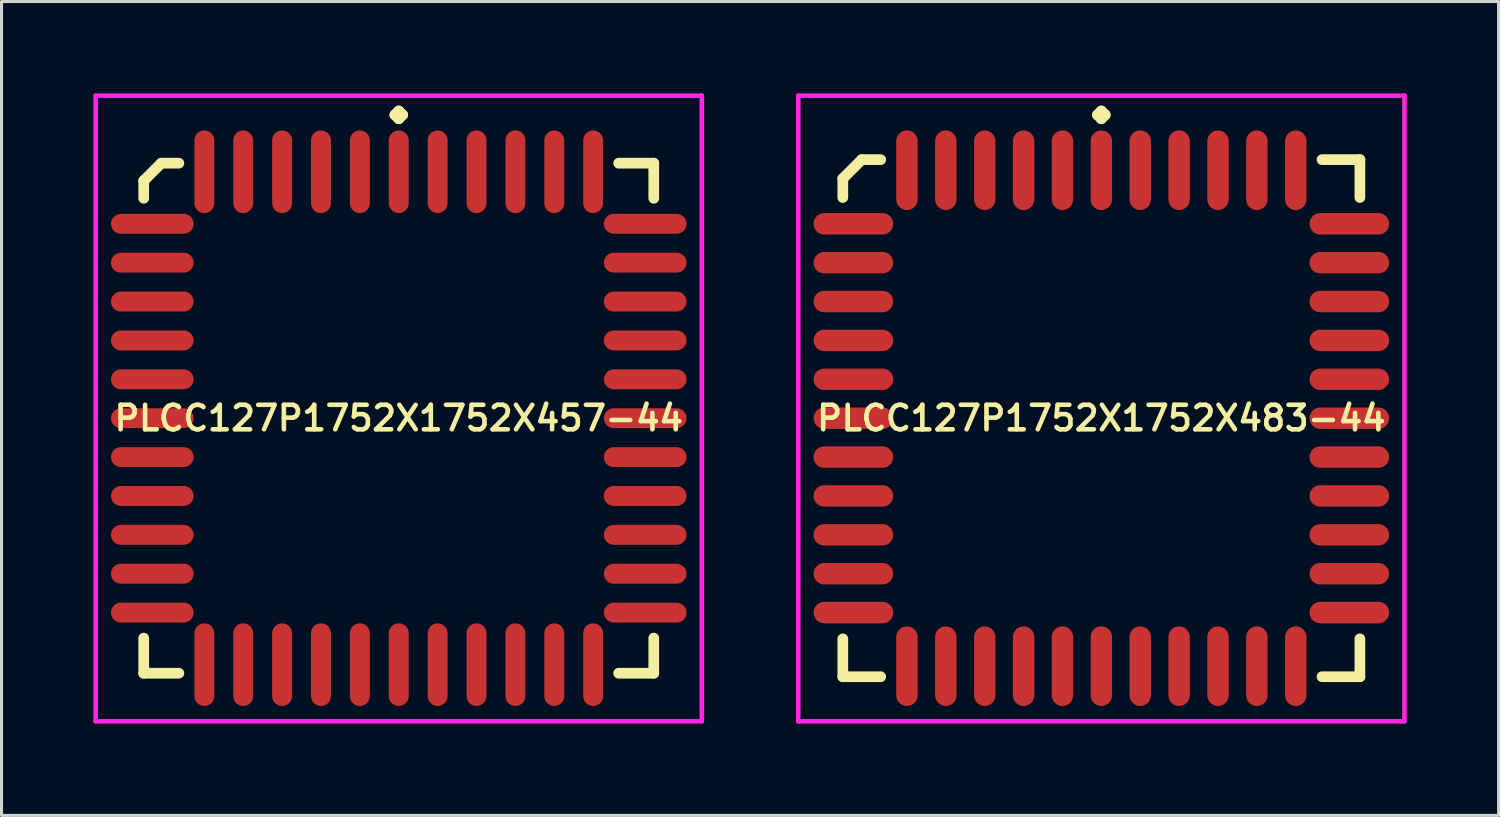
<source format=kicad_pcb>
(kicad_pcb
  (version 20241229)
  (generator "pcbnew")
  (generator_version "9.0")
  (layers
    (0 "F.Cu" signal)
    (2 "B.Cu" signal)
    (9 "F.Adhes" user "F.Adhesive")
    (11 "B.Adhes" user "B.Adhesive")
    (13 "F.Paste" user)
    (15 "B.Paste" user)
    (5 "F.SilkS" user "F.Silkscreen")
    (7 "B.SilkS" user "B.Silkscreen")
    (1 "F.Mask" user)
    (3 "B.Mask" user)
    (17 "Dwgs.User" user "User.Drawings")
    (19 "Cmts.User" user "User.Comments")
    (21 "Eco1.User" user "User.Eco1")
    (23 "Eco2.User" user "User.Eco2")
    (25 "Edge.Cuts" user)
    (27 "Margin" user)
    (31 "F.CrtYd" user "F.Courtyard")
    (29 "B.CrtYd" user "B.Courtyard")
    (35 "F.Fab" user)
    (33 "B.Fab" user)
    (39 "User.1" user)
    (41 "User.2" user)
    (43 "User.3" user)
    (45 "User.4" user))
  (footprint "PLCC127P1752X1752X483-44"
    (layer "F.Cu")
    (at 32.925 10.61)
    (property "Reference" "PLCC127P1752X1752X483-44" (at 0 0 0) (layer "F.SilkS") (effects (font (size 0.8 0.8) (thickness 0.15))))
    (attr through_hole)
    (fp_line (start -8.445 -7.827) (end -7.827 -8.445) (stroke (width 0.35) (type solid)) (layer "F.SilkS"))
    (fp_line (start -8.445 -7.208) (end -8.445 -7.827) (stroke (width 0.35) (type solid)) (layer "F.SilkS"))
    (fp_line (start -8.445 7.208) (end -8.445 8.445) (stroke (width 0.35) (type solid)) (layer "F.SilkS"))
    (fp_line (start -8.445 8.445) (end -7.208 8.445) (stroke (width 0.35) (type solid)) (layer "F.SilkS"))
    (fp_line (start -7.827 -8.445) (end -7.208 -8.445) (stroke (width 0.35) (type solid)) (layer "F.SilkS"))
    (fp_line (start -0.127 -9.908) (end 0 -10.035) (stroke (width 0.35) (type solid)) (layer "F.SilkS"))
    (fp_line (start 0 -10.035) (end 0.127 -9.908) (stroke (width 0.35) (type solid)) (layer "F.SilkS"))
    (fp_line (start 0 -9.781) (end -0.127 -9.908) (stroke (width 0.35) (type solid)) (layer "F.SilkS"))
    (fp_line (start 0.127 -9.908) (end 0 -9.781) (stroke (width 0.35) (type solid)) (layer "F.SilkS"))
    (fp_line (start 8.445 -8.445) (end 7.208 -8.445) (stroke (width 0.35) (type solid)) (layer "F.SilkS"))
    (fp_line (start 8.445 -7.208) (end 8.445 -8.445) (stroke (width 0.35) (type solid)) (layer "F.SilkS"))
    (fp_line (start 8.445 7.208) (end 8.445 8.445) (stroke (width 0.35) (type solid)) (layer "F.SilkS"))
    (fp_line (start 8.445 8.445) (end 7.208 8.445) (stroke (width 0.35) (type solid)) (layer "F.SilkS"))
    (fp_line (start -9.9 -10.535) (end 9.9 -10.535) (stroke (width 0.15) (type solid)) (layer "F.CrtYd"))
    (fp_line (start -9.9 9.9) (end -9.9 -10.535) (stroke (width 0.15) (type solid)) (layer "F.CrtYd"))
    (fp_line (start 9.9 -10.535) (end 9.9 9.9) (stroke (width 0.15) (type solid)) (layer "F.CrtYd"))
    (fp_line (start 9.9 9.9) (end -9.9 9.9) (stroke (width 0.15) (type solid)) (layer "F.CrtYd"))
    (pad "1" smd oval (at 0 -8.1) (size 0.7 2.6) (layers "F.Cu" "F.Mask" "F.Paste"))
    (pad "2" smd oval (at -1.27 -8.1) (size 0.7 2.6) (layers "F.Cu" "F.Mask" "F.Paste"))
    (pad "3" smd oval (at -2.54 -8.1) (size 0.7 2.6) (layers "F.Cu" "F.Mask" "F.Paste"))
    (pad "4" smd oval (at -3.81 -8.1) (size 0.7 2.6) (layers "F.Cu" "F.Mask" "F.Paste"))
    (pad "5" smd oval (at -5.08 -8.1) (size 0.7 2.6) (layers "F.Cu" "F.Mask" "F.Paste"))
    (pad "6" smd oval (at -6.35 -8.1) (size 0.7 2.6) (layers "F.Cu" "F.Mask" "F.Paste"))
    (pad "7" smd oval (at -8.1 -6.35) (size 2.6 0.7) (layers "F.Cu" "F.Mask" "F.Paste"))
    (pad "8" smd oval (at -8.1 -5.08) (size 2.6 0.7) (layers "F.Cu" "F.Mask" "F.Paste"))
    (pad "9" smd oval (at -8.1 -3.81) (size 2.6 0.7) (layers "F.Cu" "F.Mask" "F.Paste"))
    (pad "10" smd oval (at -8.1 -2.54) (size 2.6 0.7) (layers "F.Cu" "F.Mask" "F.Paste"))
    (pad "11" smd oval (at -8.1 -1.27) (size 2.6 0.7) (layers "F.Cu" "F.Mask" "F.Paste"))
    (pad "12" smd oval (at -8.1 0) (size 2.6 0.7) (layers "F.Cu" "F.Mask" "F.Paste"))
    (pad "13" smd oval (at -8.1 1.27) (size 2.6 0.7) (layers "F.Cu" "F.Mask" "F.Paste"))
    (pad "14" smd oval (at -8.1 2.54) (size 2.6 0.7) (layers "F.Cu" "F.Mask" "F.Paste"))
    (pad "15" smd oval (at -8.1 3.81) (size 2.6 0.7) (layers "F.Cu" "F.Mask" "F.Paste"))
    (pad "16" smd oval (at -8.1 5.08) (size 2.6 0.7) (layers "F.Cu" "F.Mask" "F.Paste"))
    (pad "17" smd oval (at -8.1 6.35) (size 2.6 0.7) (layers "F.Cu" "F.Mask" "F.Paste"))
    (pad "18" smd oval (at -6.35 8.1) (size 0.7 2.6) (layers "F.Cu" "F.Mask" "F.Paste"))
    (pad "19" smd oval (at -5.08 8.1) (size 0.7 2.6) (layers "F.Cu" "F.Mask" "F.Paste"))
    (pad "20" smd oval (at -3.81 8.1) (size 0.7 2.6) (layers "F.Cu" "F.Mask" "F.Paste"))
    (pad "21" smd oval (at -2.54 8.1) (size 0.7 2.6) (layers "F.Cu" "F.Mask" "F.Paste"))
    (pad "22" smd oval (at -1.27 8.1) (size 0.7 2.6) (layers "F.Cu" "F.Mask" "F.Paste"))
    (pad "23" smd oval (at 0 8.1) (size 0.7 2.6) (layers "F.Cu" "F.Mask" "F.Paste"))
    (pad "24" smd oval (at 1.27 8.1) (size 0.7 2.6) (layers "F.Cu" "F.Mask" "F.Paste"))
    (pad "25" smd oval (at 2.54 8.1) (size 0.7 2.6) (layers "F.Cu" "F.Mask" "F.Paste"))
    (pad "26" smd oval (at 3.81 8.1) (size 0.7 2.6) (layers "F.Cu" "F.Mask" "F.Paste"))
    (pad "27" smd oval (at 5.08 8.1) (size 0.7 2.6) (layers "F.Cu" "F.Mask" "F.Paste"))
    (pad "28" smd oval (at 6.35 8.1) (size 0.7 2.6) (layers "F.Cu" "F.Mask" "F.Paste"))
    (pad "29" smd oval (at 8.1 6.35) (size 2.6 0.7) (layers "F.Cu" "F.Mask" "F.Paste"))
    (pad "30" smd oval (at 8.1 5.08) (size 2.6 0.7) (layers "F.Cu" "F.Mask" "F.Paste"))
    (pad "31" smd oval (at 8.1 3.81) (size 2.6 0.7) (layers "F.Cu" "F.Mask" "F.Paste"))
    (pad "32" smd oval (at 8.1 2.54) (size 2.6 0.7) (layers "F.Cu" "F.Mask" "F.Paste"))
    (pad "33" smd oval (at 8.1 1.27) (size 2.6 0.7) (layers "F.Cu" "F.Mask" "F.Paste"))
    (pad "34" smd oval (at 8.1 0) (size 2.6 0.7) (layers "F.Cu" "F.Mask" "F.Paste"))
    (pad "35" smd oval (at 8.1 -1.27) (size 2.6 0.7) (layers "F.Cu" "F.Mask" "F.Paste"))
    (pad "36" smd oval (at 8.1 -2.54) (size 2.6 0.7) (layers "F.Cu" "F.Mask" "F.Paste"))
    (pad "37" smd oval (at 8.1 -3.81) (size 2.6 0.7) (layers "F.Cu" "F.Mask" "F.Paste"))
    (pad "38" smd oval (at 8.1 -5.08) (size 2.6 0.7) (layers "F.Cu" "F.Mask" "F.Paste"))
    (pad "39" smd oval (at 8.1 -6.35) (size 2.6 0.7) (layers "F.Cu" "F.Mask" "F.Paste"))
    (pad "40" smd oval (at 6.35 -8.1) (size 0.7 2.6) (layers "F.Cu" "F.Mask" "F.Paste"))
    (pad "41" smd oval (at 5.08 -8.1) (size 0.7 2.6) (layers "F.Cu" "F.Mask" "F.Paste"))
    (pad "42" smd oval (at 3.81 -8.1) (size 0.7 2.6) (layers "F.Cu" "F.Mask" "F.Paste"))
    (pad "43" smd oval (at 2.54 -8.1) (size 0.7 2.6) (layers "F.Cu" "F.Mask" "F.Paste"))
    (pad "44" smd oval (at 1.27 -8.1) (size 0.7 2.6) (layers "F.Cu" "F.Mask" "F.Paste")))
  (footprint "PLCC127P1752X1752X457-44"
    (layer "F.Cu")
    (at 9.975 10.61)
    (property "Reference" "PLCC127P1752X1752X457-44" (at 0 0 0) (layer "F.SilkS") (effects (font (size 0.8 0.8) (thickness 0.15))))
    (attr through_hole)
    (fp_line (start -8.33 -7.756) (end -7.756 -8.33) (stroke (width 0.35) (type solid)) (layer "F.SilkS"))
    (fp_line (start -8.33 -7.183) (end -8.33 -7.756) (stroke (width 0.35) (type solid)) (layer "F.SilkS"))
    (fp_line (start -8.33 7.183) (end -8.33 8.33) (stroke (width 0.35) (type solid)) (layer "F.SilkS"))
    (fp_line (start -8.33 8.33) (end -7.183 8.33) (stroke (width 0.35) (type solid)) (layer "F.SilkS"))
    (fp_line (start -7.756 -8.33) (end -7.183 -8.33) (stroke (width 0.35) (type solid)) (layer "F.SilkS"))
    (fp_line (start -0.127 -9.908) (end 0 -10.035) (stroke (width 0.35) (type solid)) (layer "F.SilkS"))
    (fp_line (start 0 -10.035) (end 0.127 -9.908) (stroke (width 0.35) (type solid)) (layer "F.SilkS"))
    (fp_line (start 0 -9.781) (end -0.127 -9.908) (stroke (width 0.35) (type solid)) (layer "F.SilkS"))
    (fp_line (start 0.127 -9.908) (end 0 -9.781) (stroke (width 0.35) (type solid)) (layer "F.SilkS"))
    (fp_line (start 8.33 -8.33) (end 7.183 -8.33) (stroke (width 0.35) (type solid)) (layer "F.SilkS"))
    (fp_line (start 8.33 -7.183) (end 8.33 -8.33) (stroke (width 0.35) (type solid)) (layer "F.SilkS"))
    (fp_line (start 8.33 7.183) (end 8.33 8.33) (stroke (width 0.35) (type solid)) (layer "F.SilkS"))
    (fp_line (start 8.33 8.33) (end 7.183 8.33) (stroke (width 0.35) (type solid)) (layer "F.SilkS"))
    (fp_line (start -9.9 -10.535) (end 9.9 -10.535) (stroke (width 0.15) (type solid)) (layer "F.CrtYd"))
    (fp_line (start -9.9 9.9) (end -9.9 -10.535) (stroke (width 0.15) (type solid)) (layer "F.CrtYd"))
    (fp_line (start 9.9 -10.535) (end 9.9 9.9) (stroke (width 0.15) (type solid)) (layer "F.CrtYd"))
    (fp_line (start 9.9 9.9) (end -9.9 9.9) (stroke (width 0.15) (type solid)) (layer "F.CrtYd"))
    (pad "1" smd oval (at 0 -8.05) (size 0.65 2.7) (layers "F.Cu" "F.Mask" "F.Paste"))
    (pad "2" smd oval (at -1.27 -8.05) (size 0.65 2.7) (layers "F.Cu" "F.Mask" "F.Paste"))
    (pad "3" smd oval (at -2.54 -8.05) (size 0.65 2.7) (layers "F.Cu" "F.Mask" "F.Paste"))
    (pad "4" smd oval (at -3.81 -8.05) (size 0.65 2.7) (layers "F.Cu" "F.Mask" "F.Paste"))
    (pad "5" smd oval (at -5.08 -8.05) (size 0.65 2.7) (layers "F.Cu" "F.Mask" "F.Paste"))
    (pad "6" smd oval (at -6.35 -8.05) (size 0.65 2.7) (layers "F.Cu" "F.Mask" "F.Paste"))
    (pad "7" smd oval (at -8.05 -6.35) (size 2.7 0.65) (layers "F.Cu" "F.Mask" "F.Paste"))
    (pad "8" smd oval (at -8.05 -5.08) (size 2.7 0.65) (layers "F.Cu" "F.Mask" "F.Paste"))
    (pad "9" smd oval (at -8.05 -3.81) (size 2.7 0.65) (layers "F.Cu" "F.Mask" "F.Paste"))
    (pad "10" smd oval (at -8.05 -2.54) (size 2.7 0.65) (layers "F.Cu" "F.Mask" "F.Paste"))
    (pad "11" smd oval (at -8.05 -1.27) (size 2.7 0.65) (layers "F.Cu" "F.Mask" "F.Paste"))
    (pad "12" smd oval (at -8.05 0) (size 2.7 0.65) (layers "F.Cu" "F.Mask" "F.Paste"))
    (pad "13" smd oval (at -8.05 1.27) (size 2.7 0.65) (layers "F.Cu" "F.Mask" "F.Paste"))
    (pad "14" smd oval (at -8.05 2.54) (size 2.7 0.65) (layers "F.Cu" "F.Mask" "F.Paste"))
    (pad "15" smd oval (at -8.05 3.81) (size 2.7 0.65) (layers "F.Cu" "F.Mask" "F.Paste"))
    (pad "16" smd oval (at -8.05 5.08) (size 2.7 0.65) (layers "F.Cu" "F.Mask" "F.Paste"))
    (pad "17" smd oval (at -8.05 6.35) (size 2.7 0.65) (layers "F.Cu" "F.Mask" "F.Paste"))
    (pad "18" smd oval (at -6.35 8.05) (size 0.65 2.7) (layers "F.Cu" "F.Mask" "F.Paste"))
    (pad "19" smd oval (at -5.08 8.05) (size 0.65 2.7) (layers "F.Cu" "F.Mask" "F.Paste"))
    (pad "20" smd oval (at -3.81 8.05) (size 0.65 2.7) (layers "F.Cu" "F.Mask" "F.Paste"))
    (pad "21" smd oval (at -2.54 8.05) (size 0.65 2.7) (layers "F.Cu" "F.Mask" "F.Paste"))
    (pad "22" smd oval (at -1.27 8.05) (size 0.65 2.7) (layers "F.Cu" "F.Mask" "F.Paste"))
    (pad "23" smd oval (at 0 8.05) (size 0.65 2.7) (layers "F.Cu" "F.Mask" "F.Paste"))
    (pad "24" smd oval (at 1.27 8.05) (size 0.65 2.7) (layers "F.Cu" "F.Mask" "F.Paste"))
    (pad "25" smd oval (at 2.54 8.05) (size 0.65 2.7) (layers "F.Cu" "F.Mask" "F.Paste"))
    (pad "26" smd oval (at 3.81 8.05) (size 0.65 2.7) (layers "F.Cu" "F.Mask" "F.Paste"))
    (pad "27" smd oval (at 5.08 8.05) (size 0.65 2.7) (layers "F.Cu" "F.Mask" "F.Paste"))
    (pad "28" smd oval (at 6.35 8.05) (size 0.65 2.7) (layers "F.Cu" "F.Mask" "F.Paste"))
    (pad "29" smd oval (at 8.05 6.35) (size 2.7 0.65) (layers "F.Cu" "F.Mask" "F.Paste"))
    (pad "30" smd oval (at 8.05 5.08) (size 2.7 0.65) (layers "F.Cu" "F.Mask" "F.Paste"))
    (pad "31" smd oval (at 8.05 3.81) (size 2.7 0.65) (layers "F.Cu" "F.Mask" "F.Paste"))
    (pad "32" smd oval (at 8.05 2.54) (size 2.7 0.65) (layers "F.Cu" "F.Mask" "F.Paste"))
    (pad "33" smd oval (at 8.05 1.27) (size 2.7 0.65) (layers "F.Cu" "F.Mask" "F.Paste"))
    (pad "34" smd oval (at 8.05 0) (size 2.7 0.65) (layers "F.Cu" "F.Mask" "F.Paste"))
    (pad "35" smd oval (at 8.05 -1.27) (size 2.7 0.65) (layers "F.Cu" "F.Mask" "F.Paste"))
    (pad "36" smd oval (at 8.05 -2.54) (size 2.7 0.65) (layers "F.Cu" "F.Mask" "F.Paste"))
    (pad "37" smd oval (at 8.05 -3.81) (size 2.7 0.65) (layers "F.Cu" "F.Mask" "F.Paste"))
    (pad "38" smd oval (at 8.05 -5.08) (size 2.7 0.65) (layers "F.Cu" "F.Mask" "F.Paste"))
    (pad "39" smd oval (at 8.05 -6.35) (size 2.7 0.65) (layers "F.Cu" "F.Mask" "F.Paste"))
    (pad "40" smd oval (at 6.35 -8.05) (size 0.65 2.7) (layers "F.Cu" "F.Mask" "F.Paste"))
    (pad "41" smd oval (at 5.08 -8.05) (size 0.65 2.7) (layers "F.Cu" "F.Mask" "F.Paste"))
    (pad "42" smd oval (at 3.81 -8.05) (size 0.65 2.7) (layers "F.Cu" "F.Mask" "F.Paste"))
    (pad "43" smd oval (at 2.54 -8.05) (size 0.65 2.7) (layers "F.Cu" "F.Mask" "F.Paste"))
    (pad "44" smd oval (at 1.27 -8.05) (size 0.65 2.7) (layers "F.Cu" "F.Mask" "F.Paste")))
  (gr_rect
    (start -3 -3)
    (end 45.9 23.585)
    (stroke (width 0.1) (type default))
    (fill no)
    (layer "Edge.Cuts")))
</source>
